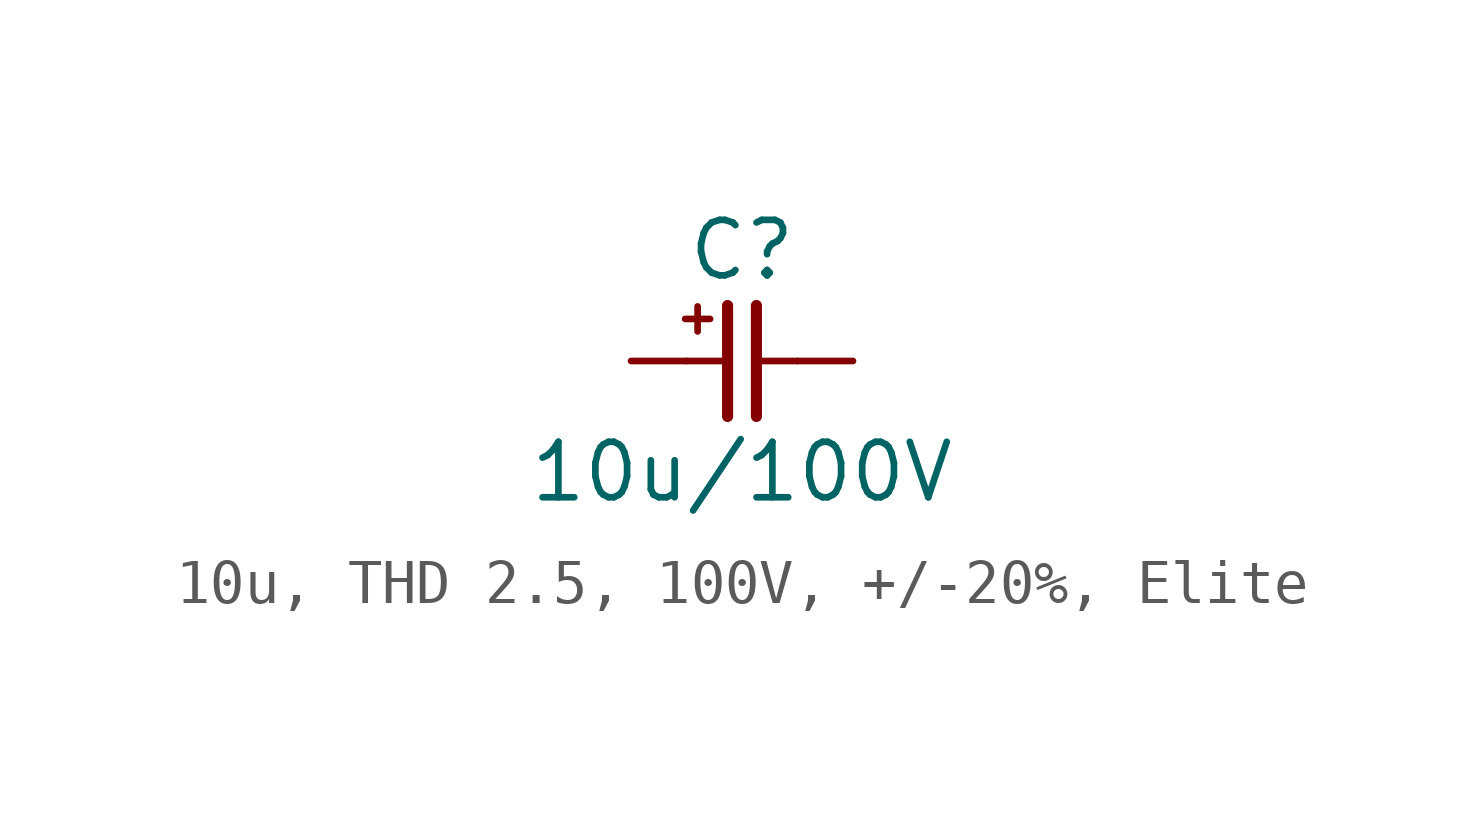
<source format=kicad_sym>
(kicad_symbol_lib
  (version 20241209)
  (generator "kicad_symbol_editor")
  (generator_version "9.0")
  (symbol "10u, THD 2.5, 100V, +/-20%, Elite"
    (pin_numbers
      (hide yes))
    (pin_names
      (offset 0)
      (hide yes))
    (property "Reference" "C"
      (at 0 2.54 0)
      (effects (font (size 1.27 1.27))))
    (property "Value" "10u/100V"
      (at 0 -2.54 0)
      (effects (font (size 1.27 1.27))))
    (symbol "10u, THD 2.5, 100V, +/-20%, Elite_0_0"
      (text "+" (at -1.016 1.016 0) (effects (font (size 0.75 0.75)))))
    (symbol "10u, THD 2.5, 100V, +/-20%, Elite_0_1"
      (polyline (pts (xy -0.33 1.27) (xy -0.33 -1.27)) (stroke (width 0.254) (type default)) (fill (type none)))
      (polyline (pts (xy -0.318 0) (xy -1.27 0)) (stroke (width 0) (type default)) (fill (type none)))
      (polyline (pts (xy 0.33 1.27) (xy 0.33 -1.27)) (stroke (width 0.254) (type default)) (fill (type none)))
      (polyline (pts (xy 1.27 0) (xy 0.318 0)) (stroke (width 0) (type default)) (fill (type none))))
    (symbol "10u, THD 2.5, 100V, +/-20%, Elite_1_1"
      (pin passive line (at -2.54 0 0) (length 1.27) (name "1" (effects (font (size 1.27 1.27)))) (number "1" (effects (font (size 1.27 1.27)))))
      (pin passive line (at 2.54 0 180) (length 1.27) (name "2" (effects (font (size 1.27 1.27)))) (number "2" (effects (font (size 1.27 1.27))))))))
</source>
